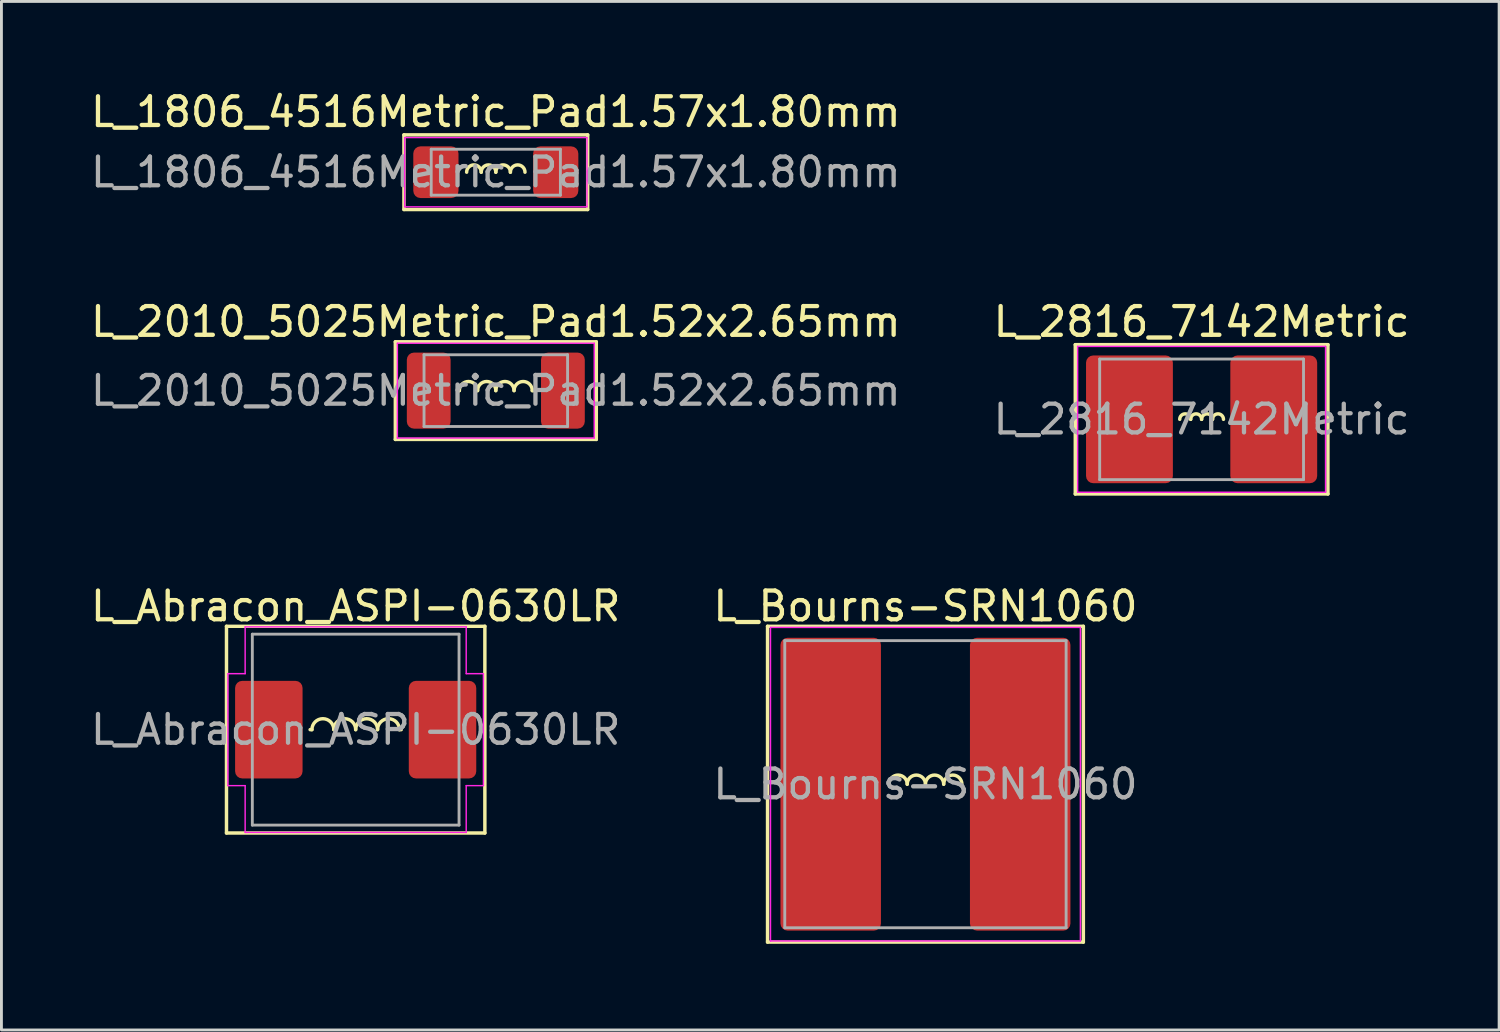
<source format=kicad_pcb>
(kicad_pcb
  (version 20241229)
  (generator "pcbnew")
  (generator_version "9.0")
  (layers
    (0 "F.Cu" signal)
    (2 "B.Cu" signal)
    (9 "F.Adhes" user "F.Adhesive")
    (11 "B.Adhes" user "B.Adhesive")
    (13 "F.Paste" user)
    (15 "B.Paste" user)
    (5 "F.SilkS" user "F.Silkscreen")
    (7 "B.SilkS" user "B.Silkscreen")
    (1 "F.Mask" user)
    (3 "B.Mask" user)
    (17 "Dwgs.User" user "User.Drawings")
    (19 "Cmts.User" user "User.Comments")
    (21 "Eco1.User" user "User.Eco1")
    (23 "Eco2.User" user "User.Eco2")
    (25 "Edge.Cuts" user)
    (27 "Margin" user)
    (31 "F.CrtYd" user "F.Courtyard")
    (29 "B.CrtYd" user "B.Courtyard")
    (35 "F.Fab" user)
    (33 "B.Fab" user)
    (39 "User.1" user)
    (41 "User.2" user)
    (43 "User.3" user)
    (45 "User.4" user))
  (footprint "L_2010_5025Metric_Pad1.52x2.65mm"
    (layer "F.Cu")
    (at 14.22 10.556)
    (property "Reference" "L_2010_5025Metric_Pad1.52x2.65mm" (at 0 -2.4 0) (layer "F.SilkS") (effects (font (size 1 1) (thickness 0.15))))
    (attr smd)
    (fp_line (start -3.5 -1.7) (end -3.5 1.7) (stroke (width 0.12) (type solid)) (layer "F.SilkS"))
    (fp_line (start -3.5 1.7) (end 3.5 1.7) (stroke (width 0.12) (type solid)) (layer "F.SilkS"))
    (fp_line (start -1.333 0) (end -1.27 0) (stroke (width 0.12) (type solid)) (layer "F.SilkS"))
    (fp_line (start 1.333 0) (end 1.27 0) (stroke (width 0.12) (type solid)) (layer "F.SilkS"))
    (fp_line (start 3.5 -1.7) (end -3.5 -1.7) (stroke (width 0.12) (type solid)) (layer "F.SilkS"))
    (fp_line (start 3.5 1.7) (end 3.5 -1.7) (stroke (width 0.12) (type solid)) (layer "F.SilkS"))
    (fp_arc (start -1.27 0) (mid -0.9525 -0.3175) (end -0.635 0) (stroke (width 0.12) (type solid)) (layer "F.SilkS"))
    (fp_arc (start -0.635 0) (mid -0.3175 -0.3175) (end 0 0) (stroke (width 0.12) (type solid)) (layer "F.SilkS"))
    (fp_arc (start 0 0) (mid 0.3175 -0.3175) (end 0.635 0) (stroke (width 0.12) (type solid)) (layer "F.SilkS"))
    (fp_arc (start 0.635 0) (mid 0.9525 -0.3175) (end 1.27 0) (stroke (width 0.12) (type solid)) (layer "F.SilkS"))
    (fp_line (start -3.429 -1.651) (end 3.429 -1.651) (stroke (width 0.05) (type solid)) (layer "F.CrtYd"))
    (fp_line (start -3.429 1.651) (end -3.429 -1.651) (stroke (width 0.05) (type solid)) (layer "F.CrtYd"))
    (fp_line (start 3.429 -1.651) (end 3.429 1.651) (stroke (width 0.05) (type solid)) (layer "F.CrtYd"))
    (fp_line (start 3.429 1.651) (end -3.429 1.651) (stroke (width 0.05) (type solid)) (layer "F.CrtYd"))
    (fp_line (start -2.5 -1.25) (end 2.5 -1.25) (stroke (width 0.1) (type solid)) (layer "F.Fab"))
    (fp_line (start -2.5 1.25) (end -2.5 -1.25) (stroke (width 0.1) (type solid)) (layer "F.Fab"))
    (fp_line (start 2.5 -1.25) (end 2.5 1.25) (stroke (width 0.1) (type solid)) (layer "F.Fab"))
    (fp_line (start 2.5 1.25) (end -2.5 1.25) (stroke (width 0.1) (type solid)) (layer "F.Fab"))
    (fp_text user "${REFERENCE}" (at 0 0 0) (layer "F.Fab") (effects (font (size 1 1) (thickness 0.15))))
    (pad "1" smd roundrect (at -2.337 0) (size 1.525 2.65) (layers "F.Cu" "F.Mask" "F.Paste") (roundrect_rratio 0.164))
    (pad "2" smd roundrect (at 2.337 0) (size 1.525 2.65) (layers "F.Cu" "F.Mask" "F.Paste") (roundrect_rratio 0.164)))
  (footprint "L_1806_4516Metric_Pad1.57x1.80mm"
    (layer "F.Cu")
    (at 14.22 2.948)
    (property "Reference" "L_1806_4516Metric_Pad1.57x1.80mm" (at 0 -2.1 0) (layer "F.SilkS") (effects (font (size 1 1) (thickness 0.15))))
    (attr smd)
    (fp_line (start -3.2 -1.3) (end -3.2 1.3) (stroke (width 0.12) (type solid)) (layer "F.SilkS"))
    (fp_line (start -3.2 1.3) (end 3.2 1.3) (stroke (width 0.12) (type solid)) (layer "F.SilkS"))
    (fp_line (start 3.2 -1.3) (end -3.2 -1.3) (stroke (width 0.12) (type solid)) (layer "F.SilkS"))
    (fp_line (start 3.2 1.3) (end 3.2 -1.3) (stroke (width 0.12) (type solid)) (layer "F.SilkS"))
    (fp_arc (start -1.016 0) (mid -0.762 -0.254) (end -0.508 0) (stroke (width 0.12) (type solid)) (layer "F.SilkS"))
    (fp_arc (start -0.508 0) (mid -0.254 -0.254) (end 0 0) (stroke (width 0.12) (type solid)) (layer "F.SilkS"))
    (fp_arc (start 0 0) (mid 0.254 -0.254) (end 0.508 0) (stroke (width 0.12) (type solid)) (layer "F.SilkS"))
    (fp_arc (start 0.508 0) (mid 0.762 -0.254) (end 1.016 0) (stroke (width 0.12) (type solid)) (layer "F.SilkS"))
    (fp_line (start -3.175 -1.206) (end 3.175 -1.206) (stroke (width 0.05) (type solid)) (layer "F.CrtYd"))
    (fp_line (start -3.175 1.206) (end -3.175 -1.206) (stroke (width 0.05) (type solid)) (layer "F.CrtYd"))
    (fp_line (start 3.175 -1.206) (end 3.175 1.206) (stroke (width 0.05) (type solid)) (layer "F.CrtYd"))
    (fp_line (start 3.175 1.206) (end -3.175 1.206) (stroke (width 0.05) (type solid)) (layer "F.CrtYd"))
    (fp_line (start -2.25 -0.8) (end 2.25 -0.8) (stroke (width 0.1) (type solid)) (layer "F.Fab"))
    (fp_line (start -2.25 0.8) (end -2.25 -0.8) (stroke (width 0.1) (type solid)) (layer "F.Fab"))
    (fp_line (start 2.25 -0.8) (end 2.25 0.8) (stroke (width 0.1) (type solid)) (layer "F.Fab"))
    (fp_line (start 2.25 0.8) (end -2.25 0.8) (stroke (width 0.1) (type solid)) (layer "F.Fab"))
    (fp_text user "${REFERENCE}" (at 0 0 0) (layer "F.Fab") (effects (font (size 1 1) (thickness 0.15))))
    (pad "1" smd roundrect (at -2.087 0) (size 1.575 1.8) (layers "F.Cu" "F.Mask" "F.Paste") (roundrect_rratio 0.159))
    (pad "2" smd roundrect (at 2.087 0) (size 1.575 1.8) (layers "F.Cu" "F.Mask" "F.Paste") (roundrect_rratio 0.159)))
  (footprint "L_Abracon_ASPI-0630LR"
    (layer "F.Cu")
    (at 9.339 22.365)
    (property "Reference" "L_Abracon_ASPI-0630LR" (at 0 -4.3 0) (layer "F.SilkS") (effects (font (size 1 1) (thickness 0.15))))
    (attr smd)
    (fp_line (start -4.5 -3.6) (end -4.5 3.6) (stroke (width 0.12) (type solid)) (layer "F.SilkS"))
    (fp_line (start -4.5 3.6) (end 4.5 3.6) (stroke (width 0.12) (type solid)) (layer "F.SilkS"))
    (fp_line (start -1.524 0) (end -1.587 0) (stroke (width 0.12) (type solid)) (layer "F.SilkS"))
    (fp_line (start 1.524 0) (end 1.587 0) (stroke (width 0.12) (type solid)) (layer "F.SilkS"))
    (fp_line (start 4.5 -3.6) (end -4.5 -3.6) (stroke (width 0.12) (type solid)) (layer "F.SilkS"))
    (fp_line (start 4.5 3.6) (end 4.5 -3.6) (stroke (width 0.12) (type solid)) (layer "F.SilkS"))
    (fp_arc (start -1.524 0) (mid -1.143 -0.381) (end -0.762 0) (stroke (width 0.12) (type solid)) (layer "F.SilkS"))
    (fp_arc (start -0.762 0) (mid -0.381 -0.381) (end 0 0) (stroke (width 0.12) (type solid)) (layer "F.SilkS"))
    (fp_arc (start 0 0) (mid 0.381 -0.381) (end 0.762 0) (stroke (width 0.12) (type solid)) (layer "F.SilkS"))
    (fp_arc (start 0.762 0) (mid 1.143 -0.381) (end 1.524 0) (stroke (width 0.12) (type solid)) (layer "F.SilkS"))
    (fp_line (start -4.45 -1.95) (end -4.45 1.95) (stroke (width 0.05) (type solid)) (layer "F.CrtYd"))
    (fp_line (start -4.45 1.95) (end -3.85 1.95) (stroke (width 0.05) (type solid)) (layer "F.CrtYd"))
    (fp_line (start -3.85 -3.58) (end -3.85 -1.95) (stroke (width 0.05) (type solid)) (layer "F.CrtYd"))
    (fp_line (start -3.85 -1.95) (end -4.45 -1.95) (stroke (width 0.05) (type solid)) (layer "F.CrtYd"))
    (fp_line (start -3.85 1.95) (end -3.85 3.58) (stroke (width 0.05) (type solid)) (layer "F.CrtYd"))
    (fp_line (start -3.85 3.58) (end 3.85 3.58) (stroke (width 0.05) (type solid)) (layer "F.CrtYd"))
    (fp_line (start 3.85 -3.58) (end -3.85 -3.58) (stroke (width 0.05) (type solid)) (layer "F.CrtYd"))
    (fp_line (start 3.85 -1.95) (end 3.85 -3.58) (stroke (width 0.05) (type solid)) (layer "F.CrtYd"))
    (fp_line (start 3.85 1.95) (end 4.45 1.95) (stroke (width 0.05) (type solid)) (layer "F.CrtYd"))
    (fp_line (start 3.85 3.58) (end 3.85 1.95) (stroke (width 0.05) (type solid)) (layer "F.CrtYd"))
    (fp_line (start 4.45 -1.95) (end 3.85 -1.95) (stroke (width 0.05) (type solid)) (layer "F.CrtYd"))
    (fp_line (start 4.45 1.95) (end 4.45 -1.95) (stroke (width 0.05) (type solid)) (layer "F.CrtYd"))
    (fp_line (start -3.6 -3.325) (end 3.6 -3.325) (stroke (width 0.1) (type solid)) (layer "F.Fab"))
    (fp_line (start -3.6 3.325) (end -3.6 -3.325) (stroke (width 0.1) (type solid)) (layer "F.Fab"))
    (fp_line (start 3.6 -3.325) (end 3.6 3.325) (stroke (width 0.1) (type solid)) (layer "F.Fab"))
    (fp_line (start 3.6 3.325) (end -3.6 3.325) (stroke (width 0.1) (type solid)) (layer "F.Fab"))
    (fp_text user "${REFERENCE}" (at 0 0 0) (layer "F.Fab") (effects (font (size 1 1) (thickness 0.15))))
    (pad "1" smd roundrect (at -3.025 0) (size 2.35 3.4) (layers "F.Cu" "F.Mask" "F.Paste") (roundrect_rratio 0.106))
    (pad "2" smd roundrect (at 3.025 0) (size 2.35 3.4) (layers "F.Cu" "F.Mask" "F.Paste") (roundrect_rratio 0.106)))
  (footprint "L_Bourns-SRN1060"
    (layer "F.Cu")
    (at 29.185 24.265)
    (property "Reference" "L_Bourns-SRN1060" (at 0 -6.2 0) (layer "F.SilkS") (effects (font (size 1 1) (thickness 0.15))))
    (attr smd)
    (fp_line (start -5.5 -5.5) (end -5.5 5.5) (stroke (width 0.12) (type solid)) (layer "F.SilkS"))
    (fp_line (start -5.5 5.5) (end 5.5 5.5) (stroke (width 0.12) (type solid)) (layer "F.SilkS"))
    (fp_line (start 5.5 -5.5) (end -5.5 -5.5) (stroke (width 0.12) (type solid)) (layer "F.SilkS"))
    (fp_line (start 5.5 5.5) (end 5.5 -5.5) (stroke (width 0.12) (type solid)) (layer "F.SilkS"))
    (fp_arc (start -1.27 0) (mid -0.9525 -0.3175) (end -0.635 0) (stroke (width 0.12) (type solid)) (layer "F.SilkS"))
    (fp_arc (start -0.635 0) (mid -0.3175 -0.3175) (end 0 0) (stroke (width 0.12) (type solid)) (layer "F.SilkS"))
    (fp_arc (start 0 0) (mid 0.3175 -0.3175) (end 0.635 0) (stroke (width 0.12) (type solid)) (layer "F.SilkS"))
    (fp_arc (start 0.635 0) (mid 0.9525 -0.3175) (end 1.27 0) (stroke (width 0.12) (type solid)) (layer "F.SilkS"))
    (fp_line (start -5.397 -5.461) (end -5.397 5.461) (stroke (width 0.05) (type solid)) (layer "F.CrtYd"))
    (fp_line (start -5.397 -5.461) (end 5.397 -5.461) (stroke (width 0.05) (type solid)) (layer "F.CrtYd"))
    (fp_line (start -5.397 5.461) (end 5.397 5.461) (stroke (width 0.05) (type solid)) (layer "F.CrtYd"))
    (fp_line (start 5.397 -5.461) (end 5.397 5.461) (stroke (width 0.05) (type solid)) (layer "F.CrtYd"))
    (fp_line (start -4.9 -5) (end -4.9 5) (stroke (width 0.1) (type solid)) (layer "F.Fab"))
    (fp_line (start -4.9 -5) (end 4.9 -5) (stroke (width 0.1) (type solid)) (layer "F.Fab"))
    (fp_line (start -4.9 5) (end 4.9 5) (stroke (width 0.1) (type solid)) (layer "F.Fab"))
    (fp_line (start 4.9 -5) (end 4.9 5) (stroke (width 0.1) (type solid)) (layer "F.Fab"))
    (fp_text user "${REFERENCE}" (at 0 0 0) (layer "F.Fab") (effects (font (size 1 1) (thickness 0.15))))
    (pad "1" smd roundrect (at -3.3 0) (size 3.5 10.2) (layers "F.Cu" "F.Mask" "F.Paste") (roundrect_rratio 0.071))
    (pad "2" smd roundrect (at 3.3 0) (size 3.5 10.2) (layers "F.Cu" "F.Mask" "F.Paste") (roundrect_rratio 0.071)))
  (footprint "L_2816_7142Metric"
    (layer "F.Cu")
    (at 38.804 11.556)
    (property "Reference" "L_2816_7142Metric" (at 0 -3.4 0) (layer "F.SilkS") (effects (font (size 1 1) (thickness 0.15))))
    (attr smd)
    (fp_line (start -4.4 -2.6) (end -4.4 2.6) (stroke (width 0.12) (type solid)) (layer "F.SilkS"))
    (fp_line (start -4.4 2.6) (end 4.4 2.6) (stroke (width 0.12) (type solid)) (layer "F.SilkS"))
    (fp_line (start 4.4 -2.6) (end -4.4 -2.6) (stroke (width 0.12) (type solid)) (layer "F.SilkS"))
    (fp_line (start 4.4 2.6) (end 4.4 -2.6) (stroke (width 0.12) (type solid)) (layer "F.SilkS"))
    (fp_arc (start -0.762 0) (mid -0.5715 -0.1905) (end -0.381 0) (stroke (width 0.12) (type solid)) (layer "F.SilkS"))
    (fp_arc (start -0.381 0) (mid -0.1905 -0.1905) (end 0 0) (stroke (width 0.12) (type solid)) (layer "F.SilkS"))
    (fp_arc (start 0 0) (mid 0.1905 -0.1905) (end 0.381 0) (stroke (width 0.12) (type solid)) (layer "F.SilkS"))
    (fp_arc (start 0.381 0) (mid 0.5715 -0.1905) (end 0.762 0) (stroke (width 0.12) (type solid)) (layer "F.SilkS"))
    (fp_line (start -4.318 -2.54) (end 4.318 -2.54) (stroke (width 0.05) (type solid)) (layer "F.CrtYd"))
    (fp_line (start -4.318 2.54) (end -4.318 -2.54) (stroke (width 0.05) (type solid)) (layer "F.CrtYd"))
    (fp_line (start 4.318 -2.54) (end 4.318 2.54) (stroke (width 0.05) (type solid)) (layer "F.CrtYd"))
    (fp_line (start 4.318 2.54) (end -4.318 2.54) (stroke (width 0.05) (type solid)) (layer "F.CrtYd"))
    (fp_line (start -3.55 -2.1) (end 3.55 -2.1) (stroke (width 0.1) (type solid)) (layer "F.Fab"))
    (fp_line (start -3.55 2.1) (end -3.55 -2.1) (stroke (width 0.1) (type solid)) (layer "F.Fab"))
    (fp_line (start 3.55 -2.1) (end 3.55 2.1) (stroke (width 0.1) (type solid)) (layer "F.Fab"))
    (fp_line (start 3.55 2.1) (end -3.55 2.1) (stroke (width 0.1) (type solid)) (layer "F.Fab"))
    (fp_text user "${REFERENCE}" (at 0 0 0) (layer "F.Fab") (effects (font (size 1 1) (thickness 0.15))))
    (pad "1" smd roundrect (at -2.513 0) (size 3.025 4.45) (layers "F.Cu" "F.Mask" "F.Paste") (roundrect_rratio 0.083))
    (pad "2" smd roundrect (at 2.513 0) (size 3.025 4.45) (layers "F.Cu" "F.Mask" "F.Paste") (roundrect_rratio 0.083)))
  (gr_rect
    (start -3 -3)
    (end 49.167 32.825)
    (stroke (width 0.1) (type default))
    (fill no)
    (layer "Edge.Cuts")))
</source>
